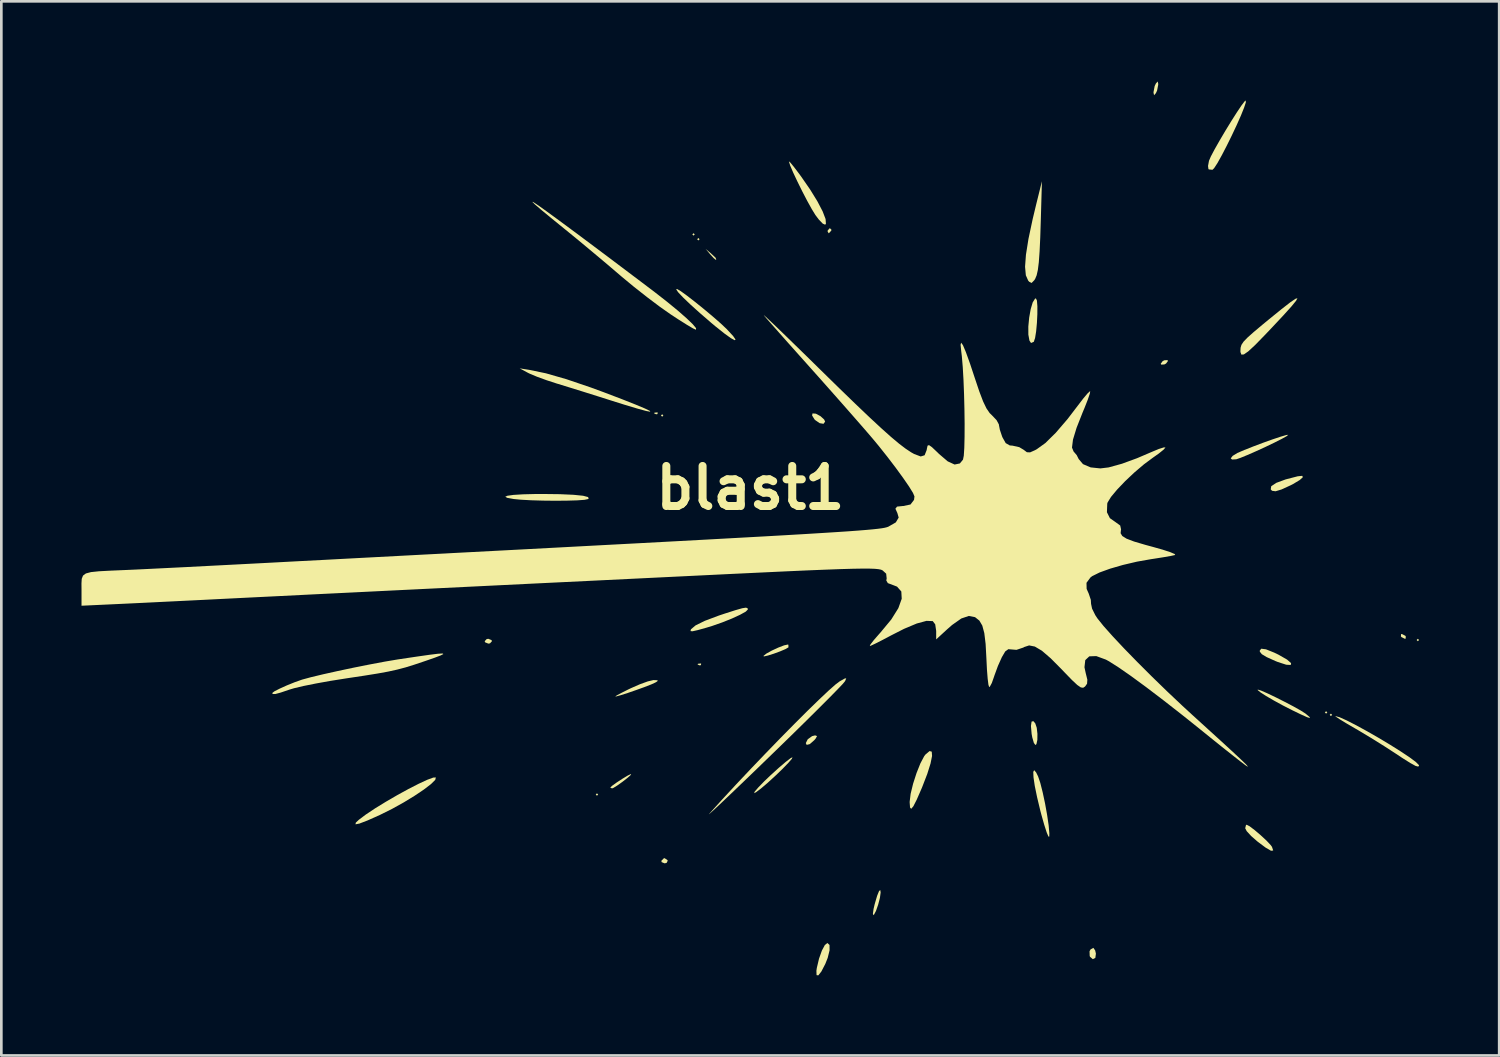
<source format=kicad_pcb>
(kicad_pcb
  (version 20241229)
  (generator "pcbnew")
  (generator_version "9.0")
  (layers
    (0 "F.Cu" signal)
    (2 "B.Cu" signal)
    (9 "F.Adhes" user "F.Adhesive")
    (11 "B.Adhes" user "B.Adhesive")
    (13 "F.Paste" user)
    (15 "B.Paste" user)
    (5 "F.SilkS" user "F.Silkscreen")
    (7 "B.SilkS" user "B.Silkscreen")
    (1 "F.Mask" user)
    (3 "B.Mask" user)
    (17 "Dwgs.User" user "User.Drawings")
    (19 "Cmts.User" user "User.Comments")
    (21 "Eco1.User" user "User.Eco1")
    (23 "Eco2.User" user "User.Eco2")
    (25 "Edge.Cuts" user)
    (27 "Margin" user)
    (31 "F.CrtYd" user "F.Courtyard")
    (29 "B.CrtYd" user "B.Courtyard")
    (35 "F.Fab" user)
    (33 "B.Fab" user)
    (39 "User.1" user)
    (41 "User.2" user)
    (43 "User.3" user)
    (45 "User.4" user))
  (footprint "blast1"
    (layer "F.Cu")
    (at 25.04 15.217)
    (property "Reference" "blast1" (at 0 0 0) (layer "F.SilkS") (effects (font (size 1.5 1.5) (thickness 0.3))))
    (attr board_only exclude_from_pos_files exclude_from_bom)
    (fp_poly (pts (xy -5.695 11.48) (xy -5.74 11.525) (xy -5.785 11.48) (xy -5.74 11.435)) (stroke (width 0) (type solid)) (fill yes) (layer "F.SilkS"))
    (fp_poly (pts (xy -3.254 -2.712) (xy -3.299 -2.667) (xy -3.344 -2.712) (xy -3.299 -2.757)) (stroke (width 0) (type solid)) (fill yes) (layer "F.SilkS"))
    (fp_poly (pts (xy -2.079 -9.491) (xy -2.124 -9.446) (xy -2.169 -9.491) (xy -2.124 -9.536)) (stroke (width 0) (type solid)) (fill yes) (layer "F.SilkS"))
    (fp_poly (pts (xy -1.898 -9.31) (xy -1.943 -9.265) (xy -1.989 -9.31) (xy -1.943 -9.356)) (stroke (width 0) (type solid)) (fill yes) (layer "F.SilkS"))
    (fp_poly (pts (xy 21.604 8.406) (xy 21.558 8.452) (xy 21.513 8.406) (xy 21.558 8.361)) (stroke (width 0) (type solid)) (fill yes) (layer "F.SilkS"))
    (fp_poly (pts (xy 21.784 8.497) (xy 21.739 8.542) (xy 21.694 8.497) (xy 21.739 8.452)) (stroke (width 0) (type solid)) (fill yes) (layer "F.SilkS"))
    (fp_poly (pts (xy 25.038 5.695) (xy 24.993 5.74) (xy 24.948 5.695) (xy 24.993 5.649)) (stroke (width 0) (type solid)) (fill yes) (layer "F.SilkS"))
    (fp_poly (pts (xy -3.465 -2.817) (xy -3.477 -2.763) (xy -3.525 -2.757) (xy -3.6 -2.79) (xy -3.586 -2.817) (xy -3.478 -2.828)) (stroke (width 0) (type solid)) (fill yes) (layer "F.SilkS"))
    (fp_poly (pts (xy -1.838 6.584) (xy -1.85 6.637) (xy -1.898 6.644) (xy -1.973 6.611) (xy -1.958 6.584) (xy -1.851 6.573)) (stroke (width 0) (type solid)) (fill yes) (layer "F.SilkS"))
    (fp_poly (pts (xy -1.469 -8.777) (xy -1.298 -8.616) (xy -1.273 -8.546) (xy -1.297 -8.542) (xy -1.37 -8.603) (xy -1.5 -8.745) (xy -1.672 -8.949)) (stroke (width 0) (type solid)) (fill yes) (layer "F.SilkS"))
    (fp_poly (pts (xy -9.687 5.698) (xy -9.672 5.74) (xy -9.745 5.82) (xy -9.807 5.83) (xy -9.928 5.781) (xy -9.943 5.74) (xy -9.87 5.66) (xy -9.807 5.649)) (stroke (width 0) (type solid)) (fill yes) (layer "F.SilkS"))
    (fp_poly (pts (xy -3.103 13.932) (xy -3.091 13.959) (xy -3.134 14.041) (xy -3.209 14.056) (xy -3.321 14.01) (xy -3.327 13.959) (xy -3.234 13.865) (xy -3.209 13.862)) (stroke (width 0) (type solid)) (fill yes) (layer "F.SilkS"))
    (fp_poly (pts (xy 3.042 -9.662) (xy 3.028 -9.627) (xy 2.947 -9.54) (xy 2.932 -9.536) (xy 2.894 -9.606) (xy 2.893 -9.627) (xy 2.962 -9.714) (xy 2.988 -9.717)) (stroke (width 0) (type solid)) (fill yes) (layer "F.SilkS"))
    (fp_poly (pts (xy 15.638 -4.752) (xy 15.566 -4.656) (xy 15.502 -4.622) (xy 15.386 -4.616) (xy 15.367 -4.648) (xy 15.438 -4.745) (xy 15.502 -4.778) (xy 15.619 -4.785)) (stroke (width 0) (type solid)) (fill yes) (layer "F.SilkS"))
    (fp_poly (pts (xy 24.523 5.535) (xy 24.541 5.559) (xy 24.537 5.643) (xy 24.507 5.649) (xy 24.379 5.584) (xy 24.36 5.559) (xy 24.365 5.476) (xy 24.395 5.469)) (stroke (width 0) (type solid)) (fill yes) (layer "F.SilkS"))
    (fp_poly (pts (xy 2.5 9.291) (xy 2.443 9.392) (xy 2.395 9.446) (xy 2.228 9.592) (xy 2.111 9.621) (xy 2.079 9.554) (xy 2.152 9.411) (xy 2.314 9.294) (xy 2.427 9.265)) (stroke (width 0) (type solid)) (fill yes) (layer "F.SilkS"))
    (fp_poly (pts (xy 12.913 17.317) (xy 12.94 17.436) (xy 12.919 17.596) (xy 12.824 17.644) (xy 12.721 17.554) (xy 12.708 17.525) (xy 12.702 17.349) (xy 12.741 17.278) (xy 12.845 17.22)) (stroke (width 0) (type solid)) (fill yes) (layer "F.SilkS"))
    (fp_poly (pts (xy 2.456 -2.779) (xy 2.627 -2.687) (xy 2.766 -2.561) (xy 2.802 -2.481) (xy 2.742 -2.4) (xy 2.6 -2.423) (xy 2.433 -2.537) (xy 2.403 -2.567) (xy 2.315 -2.711) (xy 2.33 -2.789)) (stroke (width 0) (type solid)) (fill yes) (layer "F.SilkS"))
    (fp_poly (pts (xy 15.273 -15.129) (xy 15.273 -15.095) (xy 15.23 -14.873) (xy 15.186 -14.779) (xy 15.118 -14.702) (xy 15.098 -14.791) (xy 15.098 -14.824) (xy 15.141 -15.047) (xy 15.186 -15.141) (xy 15.253 -15.217)) (stroke (width 0) (type solid)) (fill yes) (layer "F.SilkS"))
    (fp_poly (pts (xy 4.881 15.148) (xy 4.853 15.352) (xy 4.787 15.606) (xy 4.705 15.84) (xy 4.629 15.984) (xy 4.615 15.996) (xy 4.591 15.947) (xy 4.615 15.767) (xy 4.658 15.584) (xy 4.749 15.272) (xy 4.822 15.092) (xy 4.868 15.058)) (stroke (width 0) (type solid)) (fill yes) (layer "F.SilkS"))
    (fp_poly (pts (xy 10.67 8.816) (xy 10.725 8.98) (xy 10.751 9.208) (xy 10.748 9.435) (xy 10.714 9.592) (xy 10.676 9.627) (xy 10.617 9.546) (xy 10.558 9.342) (xy 10.534 9.212) (xy 10.508 8.914) (xy 10.532 8.749) (xy 10.6 8.733)) (stroke (width 0) (type solid)) (fill yes) (layer "F.SilkS"))
    (fp_poly (pts (xy 2.967 17.113) (xy 2.969 17.311) (xy 2.899 17.594) (xy 2.81 17.819) (xy 2.661 18.107) (xy 2.548 18.25) (xy 2.482 18.242) (xy 2.476 18.078) (xy 2.491 17.974) (xy 2.574 17.624) (xy 2.681 17.322) (xy 2.793 17.113) (xy 2.888 17.039)) (stroke (width 0) (type solid)) (fill yes) (layer "F.SilkS"))
    (fp_poly (pts (xy 20.688 -0.4) (xy 20.57 -0.294) (xy 20.325 -0.147) (xy 20.23 -0.098) (xy 19.888 0.059) (xy 19.667 0.126) (xy 19.536 0.108) (xy 19.486 0.055) (xy 19.504 -0.063) (xy 19.693 -0.189) (xy 20.043 -0.318) (xy 20.496 -0.435) (xy 20.667 -0.452)) (stroke (width 0) (type solid)) (fill yes) (layer "F.SilkS"))
    (fp_poly (pts (xy -4.483 10.756) (xy -4.608 10.866) (xy -4.788 11.006) (xy -4.975 11.139) (xy -5.123 11.231) (xy -5.175 11.251) (xy -5.243 11.221) (xy -5.243 11.221) (xy -5.174 11.153) (xy -5.006 11.032) (xy -4.795 10.894) (xy -4.598 10.775) (xy -4.473 10.714) (xy -4.46 10.711)) (stroke (width 0) (type solid)) (fill yes) (layer "F.SilkS"))
    (fp_poly (pts (xy 1.426 5.87) (xy 1.43 5.967) (xy 1.426 5.971) (xy 1.315 6.036) (xy 1.115 6.121) (xy 0.88 6.207) (xy 0.664 6.275) (xy 0.519 6.308) (xy 0.489 6.295) (xy 0.598 6.206) (xy 0.803 6.092) (xy 1.045 5.98) (xy 1.265 5.895) (xy 1.407 5.864)) (stroke (width 0) (type solid)) (fill yes) (layer "F.SilkS"))
    (fp_poly (pts (xy 19.308 6.043) (xy 19.619 6.168) (xy 19.778 6.245) (xy 20.098 6.428) (xy 20.248 6.561) (xy 20.235 6.629) (xy 20.066 6.62) (xy 19.749 6.517) (xy 19.659 6.481) (xy 19.335 6.335) (xy 19.151 6.225) (xy 19.078 6.132) (xy 19.073 6.096) (xy 19.13 6.02)) (stroke (width 0) (type solid)) (fill yes) (layer "F.SilkS"))
    (fp_poly (pts (xy 18.693 12.667) (xy 18.885 12.812) (xy 19.111 13.005) (xy 19.327 13.205) (xy 19.485 13.373) (xy 19.532 13.438) (xy 19.578 13.576) (xy 19.497 13.585) (xy 19.292 13.466) (xy 18.99 13.24) (xy 18.753 13.033) (xy 18.586 12.851) (xy 18.53 12.743) (xy 18.559 12.624) (xy 18.583 12.61)) (stroke (width 0) (type solid)) (fill yes) (layer "F.SilkS"))
    (fp_poly (pts (xy 1.557 10.142) (xy 1.423 10.297) (xy 1.201 10.526) (xy 0.957 10.761) (xy 0.658 11.035) (xy 0.401 11.254) (xy 0.217 11.393) (xy 0.144 11.43) (xy 0.165 11.372) (xy 0.298 11.217) (xy 0.519 10.989) (xy 0.767 10.752) (xy 1.068 10.479) (xy 1.325 10.26) (xy 1.508 10.12) (xy 1.58 10.083)) (stroke (width 0) (type solid)) (fill yes) (layer "F.SilkS"))
    (fp_poly (pts (xy 10.732 -7.014) (xy 10.749 -6.802) (xy 10.748 -6.507) (xy 10.732 -6.178) (xy 10.703 -5.864) (xy 10.663 -5.613) (xy 10.616 -5.473) (xy 10.61 -5.467) (xy 10.511 -5.426) (xy 10.452 -5.515) (xy 10.411 -5.738) (xy 10.41 -6.041) (xy 10.442 -6.375) (xy 10.499 -6.693) (xy 10.574 -6.945) (xy 10.66 -7.083) (xy 10.694 -7.096)) (stroke (width 0) (type solid)) (fill yes) (layer "F.SilkS"))
    (fp_poly (pts (xy -3.466 7.201) (xy -3.482 7.243) (xy -3.552 7.286) (xy -3.704 7.356) (xy -3.961 7.456) (xy -4.272 7.568) (xy -4.586 7.677) (xy -4.854 7.762) (xy -5.025 7.808) (xy -5.055 7.811) (xy -5.005 7.772) (xy -4.827 7.676) (xy -4.556 7.54) (xy -4.474 7.501) (xy -4.139 7.354) (xy -3.839 7.245) (xy -3.633 7.196) (xy -3.616 7.195)) (stroke (width 0) (type solid)) (fill yes) (layer "F.SilkS"))
    (fp_poly (pts (xy 10.879 -10.079) (xy 10.857 -9.386) (xy 10.832 -8.852) (xy 10.803 -8.451) (xy 10.767 -8.162) (xy 10.722 -7.961) (xy 10.665 -7.824) (xy 10.635 -7.778) (xy 10.533 -7.673) (xy 10.442 -7.719) (xy 10.405 -7.761) (xy 10.317 -7.96) (xy 10.288 -8.28) (xy 10.321 -8.73) (xy 10.415 -9.322) (xy 10.573 -10.065) (xy 10.706 -10.621) (xy 10.919 -11.48)) (stroke (width 0) (type solid)) (fill yes) (layer "F.SilkS"))
    (fp_poly (pts (xy 6.794 9.875) (xy 6.806 10.035) (xy 6.749 10.318) (xy 6.626 10.71) (xy 6.438 11.197) (xy 6.412 11.259) (xy 6.233 11.67) (xy 6.106 11.919) (xy 6.025 12.015) (xy 5.982 11.966) (xy 5.968 11.781) (xy 5.968 11.746) (xy 6.004 11.452) (xy 6.096 11.075) (xy 6.225 10.675) (xy 6.37 10.312) (xy 6.511 10.045) (xy 6.56 9.981) (xy 6.713 9.852)) (stroke (width 0) (type solid)) (fill yes) (layer "F.SilkS"))
    (fp_poly (pts (xy 10.702 10.652) (xy 10.776 10.802) (xy 10.858 11.044) (xy 10.948 11.4) (xy 11.037 11.817) (xy 11.114 12.246) (xy 11.171 12.634) (xy 11.197 12.933) (xy 11.194 13.057) (xy 11.162 13.052) (xy 11.097 12.896) (xy 11.006 12.614) (xy 10.898 12.232) (xy 10.861 12.091) (xy 10.738 11.579) (xy 10.651 11.155) (xy 10.604 10.835) (xy 10.595 10.634) (xy 10.628 10.568)) (stroke (width 0) (type solid)) (fill yes) (layer "F.SilkS"))
    (fp_poly (pts (xy 19.126 7.589) (xy 19.363 7.692) (xy 19.674 7.841) (xy 20.013 8.012) (xy 20.34 8.184) (xy 20.611 8.336) (xy 20.783 8.446) (xy 20.79 8.451) (xy 20.933 8.571) (xy 20.957 8.617) (xy 20.851 8.586) (xy 20.606 8.476) (xy 20.29 8.323) (xy 19.936 8.142) (xy 19.598 7.957) (xy 19.308 7.788) (xy 19.097 7.652) (xy 18.996 7.568) (xy 19.003 7.551)) (stroke (width 0) (type solid)) (fill yes) (layer "F.SilkS"))
    (fp_poly (pts (xy 20.083 -1.938) (xy 19.896 -1.834) (xy 19.618 -1.693) (xy 19.287 -1.534) (xy 18.94 -1.375) (xy 18.616 -1.233) (xy 18.353 -1.125) (xy 18.197 -1.072) (xy 18.038 -1.063) (xy 17.988 -1.106) (xy 18.061 -1.2) (xy 18.236 -1.307) (xy 18.499 -1.42) (xy 18.832 -1.552) (xy 19.195 -1.689) (xy 19.548 -1.815) (xy 19.851 -1.916) (xy 20.062 -1.978) (xy 20.142 -1.989)) (stroke (width 0) (type solid)) (fill yes) (layer "F.SilkS"))
    (fp_poly (pts (xy -0.102 4.504) (xy -0.09 4.552) (xy -0.17 4.632) (xy -0.382 4.75) (xy -0.688 4.891) (xy -1.048 5.035) (xy -1.424 5.167) (xy -1.641 5.233) (xy -1.971 5.325) (xy -2.159 5.367) (xy -2.235 5.363) (xy -2.23 5.315) (xy -2.214 5.287) (xy -2.046 5.146) (xy -1.7 4.976) (xy -1.176 4.779) (xy -0.945 4.702) (xy -0.554 4.577) (xy -0.304 4.506) (xy -0.163 4.483)) (stroke (width 0) (type solid)) (fill yes) (layer "F.SilkS"))
    (fp_poly (pts (xy -7.127 0.235) (xy -6.615 0.258) (xy -6.26 0.294) (xy -6.071 0.343) (xy -6.052 0.404) (xy -6.072 0.418) (xy -6.206 0.446) (xy -6.481 0.466) (xy -6.858 0.477) (xy -7.297 0.481) (xy -7.758 0.476) (xy -8.202 0.463) (xy -8.589 0.442) (xy -8.858 0.416) (xy -9.1 0.372) (xy -9.173 0.33) (xy -9.09 0.293) (xy -8.864 0.262) (xy -8.507 0.24) (xy -8.031 0.228) (xy -7.789 0.227)) (stroke (width 0) (type solid)) (fill yes) (layer "F.SilkS"))
    (fp_poly (pts (xy -2.605 -7.368) (xy -2.369 -7.197) (xy -2.067 -6.963) (xy -1.733 -6.693) (xy -1.401 -6.415) (xy -1.107 -6.158) (xy -0.884 -5.948) (xy -0.865 -5.928) (xy -0.642 -5.686) (xy -0.551 -5.554) (xy -0.582 -5.529) (xy -0.725 -5.606) (xy -0.971 -5.783) (xy -1.312 -6.055) (xy -1.458 -6.177) (xy -1.879 -6.541) (xy -2.238 -6.864) (xy -2.517 -7.131) (xy -2.701 -7.326) (xy -2.775 -7.434) (xy -2.741 -7.447)) (stroke (width 0) (type solid)) (fill yes) (layer "F.SilkS"))
    (fp_poly (pts (xy 1.495 -12.186) (xy 1.624 -12.03) (xy 1.811 -11.785) (xy 1.904 -11.658) (xy 2.241 -11.171) (xy 2.513 -10.729) (xy 2.709 -10.354) (xy 2.819 -10.067) (xy 2.832 -9.891) (xy 2.804 -9.854) (xy 2.714 -9.894) (xy 2.564 -10.05) (xy 2.437 -10.219) (xy 2.302 -10.439) (xy 2.131 -10.748) (xy 1.944 -11.107) (xy 1.763 -11.474) (xy 1.605 -11.809) (xy 1.493 -12.071) (xy 1.447 -12.218) (xy 1.446 -12.225)) (stroke (width 0) (type solid)) (fill yes) (layer "F.SilkS"))
    (fp_poly (pts (xy -11.795 10.932) (xy -11.953 11.088) (xy -12.219 11.292) (xy -12.567 11.526) (xy -12.971 11.773) (xy -13.405 12.014) (xy -13.842 12.232) (xy -13.869 12.245) (xy -14.33 12.451) (xy -14.633 12.567) (xy -14.78 12.595) (xy -14.769 12.532) (xy -14.652 12.423) (xy -14.39 12.226) (xy -14.044 11.996) (xy -13.643 11.75) (xy -13.218 11.503) (xy -12.798 11.273) (xy -12.413 11.076) (xy -12.094 10.928) (xy -11.869 10.845) (xy -11.772 10.841)) (stroke (width 0) (type solid)) (fill yes) (layer "F.SilkS"))
    (fp_poly (pts (xy 20.435 -7.006) (xy 20.257 -6.789) (xy 19.951 -6.45) (xy 19.517 -5.987) (xy 19.254 -5.711) (xy 18.899 -5.347) (xy 18.645 -5.112) (xy 18.479 -4.997) (xy 18.386 -4.991) (xy 18.352 -5.086) (xy 18.351 -5.127) (xy 18.357 -5.248) (xy 18.389 -5.356) (xy 18.467 -5.474) (xy 18.611 -5.624) (xy 18.842 -5.83) (xy 19.181 -6.115) (xy 19.429 -6.319) (xy 19.881 -6.686) (xy 20.208 -6.941) (xy 20.41 -7.08) (xy 20.486 -7.102)) (stroke (width 0) (type solid)) (fill yes) (layer "F.SilkS"))
    (fp_poly (pts (xy 18.553 -14.433) (xy 18.487 -14.233) (xy 18.368 -13.937) (xy 18.209 -13.579) (xy 18.026 -13.19) (xy 17.835 -12.803) (xy 17.651 -12.449) (xy 17.49 -12.16) (xy 17.366 -11.97) (xy 17.304 -11.91) (xy 17.17 -11.924) (xy 17.154 -11.937) (xy 17.138 -12.053) (xy 17.174 -12.247) (xy 17.244 -12.41) (xy 17.383 -12.673) (xy 17.571 -13.004) (xy 17.785 -13.367) (xy 18.007 -13.73) (xy 18.216 -14.058) (xy 18.39 -14.317) (xy 18.51 -14.475) (xy 18.548 -14.506)) (stroke (width 0) (type solid)) (fill yes) (layer "F.SilkS"))
    (fp_poly (pts (xy -8.271 -4.419) (xy -7.65 -4.29) (xy -6.883 -4.07) (xy -5.968 -3.759) (xy -5.489 -3.583) (xy -4.809 -3.324) (xy -4.294 -3.12) (xy -3.944 -2.973) (xy -3.761 -2.884) (xy -3.744 -2.852) (xy -3.895 -2.879) (xy -4.214 -2.966) (xy -4.702 -3.112) (xy -5.198 -3.268) (xy -5.73 -3.437) (xy -6.278 -3.609) (xy -6.784 -3.766) (xy -7.185 -3.89) (xy -7.231 -3.903) (xy -7.624 -4.031) (xy -7.989 -4.164) (xy -8.263 -4.279) (xy -8.316 -4.305) (xy -8.632 -4.475)) (stroke (width 0) (type solid)) (fill yes) (layer "F.SilkS"))
    (fp_poly (pts (xy 22.063 8.586) (xy 22.335 8.708) (xy 22.69 8.89) (xy 23.099 9.114) (xy 23.533 9.363) (xy 23.961 9.62) (xy 24.354 9.867) (xy 24.684 10.087) (xy 24.92 10.263) (xy 25.033 10.377) (xy 25.038 10.395) (xy 25.009 10.435) (xy 24.907 10.408) (xy 24.711 10.3) (xy 24.401 10.104) (xy 24.166 9.948) (xy 23.733 9.667) (xy 23.232 9.355) (xy 22.754 9.068) (xy 22.634 8.999) (xy 22.31 8.81) (xy 22.063 8.659) (xy 21.922 8.564) (xy 21.903 8.542)) (stroke (width 0) (type solid)) (fill yes) (layer "F.SilkS"))
    (fp_poly (pts (xy 3.562 7.207) (xy 3.542 7.244) (xy 3.459 7.343) (xy 3.26 7.552) (xy 2.96 7.858) (xy 2.572 8.246) (xy 2.111 8.703) (xy 1.591 9.214) (xy 1.026 9.764) (xy 0.799 9.984) (xy 0.242 10.524) (xy -0.261 11.008) (xy -0.697 11.426) (xy -1.056 11.767) (xy -1.326 12.021) (xy -1.496 12.176) (xy -1.553 12.222) (xy -1.534 12.198) (xy -1.053 11.667) (xy -0.53 11.102) (xy 0.02 10.518) (xy 0.579 9.934) (xy 1.13 9.365) (xy 1.658 8.83) (xy 2.145 8.344) (xy 2.575 7.926) (xy 2.931 7.59) (xy 3.196 7.356) (xy 3.345 7.244) (xy 3.531 7.139) (xy 3.593 7.127)) (stroke (width 0) (type solid)) (fill yes) (layer "F.SilkS"))
    (fp_poly (pts (xy -8.12 -10.699) (xy -7.934 -10.575) (xy -7.606 -10.341) (xy -7.136 -9.997) (xy -6.522 -9.543) (xy -6.235 -9.329) (xy -5.68 -8.914) (xy -5.103 -8.481) (xy -4.543 -8.059) (xy -4.04 -7.68) (xy -3.635 -7.373) (xy -3.57 -7.324) (xy -3.112 -6.966) (xy -2.711 -6.637) (xy -2.386 -6.352) (xy -2.153 -6.128) (xy -2.03 -5.98) (xy -2.033 -5.924) (xy -2.039 -5.924) (xy -2.144 -5.972) (xy -2.365 -6.102) (xy -2.669 -6.293) (xy -2.983 -6.499) (xy -3.383 -6.78) (xy -3.861 -7.14) (xy -4.36 -7.533) (xy -4.824 -7.917) (xy -4.881 -7.966) (xy -5.359 -8.374) (xy -5.899 -8.827) (xy -6.435 -9.273) (xy -6.902 -9.655) (xy -6.915 -9.665) (xy -7.44 -10.092) (xy -7.823 -10.408) (xy -8.064 -10.615) (xy -8.163 -10.712)) (stroke (width 0) (type solid)) (fill yes) (layer "F.SilkS"))
    (fp_poly (pts (xy -11.49 6.22) (xy -11.591 6.272) (xy -11.814 6.357) (xy -12.15 6.474) (xy -12.203 6.492) (xy -12.575 6.617) (xy -12.899 6.718) (xy -13.213 6.801) (xy -13.552 6.876) (xy -13.956 6.95) (xy -14.461 7.031) (xy -15.105 7.128) (xy -15.169 7.138) (xy -15.724 7.226) (xy -16.257 7.322) (xy -16.725 7.416) (xy -17.084 7.501) (xy -17.245 7.549) (xy -17.582 7.663) (xy -17.782 7.717) (xy -17.877 7.717) (xy -17.898 7.68) (xy -17.821 7.619) (xy -17.623 7.517) (xy -17.353 7.395) (xy -17.059 7.276) (xy -16.79 7.181) (xy -16.768 7.174) (xy -16.444 7.086) (xy -15.985 6.976) (xy -15.436 6.854) (xy -14.841 6.728) (xy -14.242 6.609) (xy -13.684 6.504) (xy -13.21 6.424) (xy -13.152 6.415) (xy -12.5 6.318) (xy -12.017 6.249) (xy -11.694 6.209) (xy -11.521 6.199)) (stroke (width 0) (type solid)) (fill yes) (layer "F.SilkS"))
    (fp_poly (pts (xy 0.524 -6.456) (xy 0.657 -6.334) (xy 0.893 -6.111) (xy 1.218 -5.798) (xy 1.619 -5.408) (xy 2.084 -4.955) (xy 2.533 -4.514) (xy 3.284 -3.778) (xy 3.921 -3.161) (xy 4.456 -2.651) (xy 4.901 -2.238) (xy 5.267 -1.911) (xy 5.568 -1.658) (xy 5.815 -1.47) (xy 6.02 -1.334) (xy 6.134 -1.27) (xy 6.381 -1.177) (xy 6.527 -1.222) (xy 6.604 -1.417) (xy 6.614 -1.477) (xy 6.638 -1.582) (xy 6.692 -1.602) (xy 6.805 -1.522) (xy 7.008 -1.33) (xy 7.064 -1.274) (xy 7.392 -0.994) (xy 7.65 -0.875) (xy 7.847 -0.916) (xy 7.964 -1.058) (xy 7.994 -1.207) (xy 8.013 -1.503) (xy 8.023 -1.914) (xy 8.025 -2.406) (xy 8.018 -2.946) (xy 8.004 -3.501) (xy 7.983 -4.039) (xy 7.955 -4.525) (xy 7.921 -4.928) (xy 7.899 -5.107) (xy 7.874 -5.359) (xy 7.895 -5.437) (xy 7.962 -5.344) (xy 8.073 -5.081) (xy 8.229 -4.648) (xy 8.399 -4.135) (xy 8.574 -3.614) (xy 8.717 -3.238) (xy 8.842 -2.978) (xy 8.962 -2.803) (xy 9.049 -2.718) (xy 9.221 -2.537) (xy 9.308 -2.376) (xy 9.31 -2.353) (xy 9.344 -2.177) (xy 9.426 -1.933) (xy 9.441 -1.895) (xy 9.563 -1.677) (xy 9.716 -1.59) (xy 9.818 -1.582) (xy 10.07 -1.526) (xy 10.234 -1.428) (xy 10.356 -1.336) (xy 10.475 -1.33) (xy 10.66 -1.412) (xy 10.724 -1.447) (xy 11.047 -1.679) (xy 11.435 -2.061) (xy 11.879 -2.578) (xy 12.264 -3.082) (xy 12.466 -3.346) (xy 12.626 -3.536) (xy 12.717 -3.619) (xy 12.727 -3.619) (xy 12.711 -3.525) (xy 12.636 -3.304) (xy 12.515 -2.997) (xy 12.445 -2.83) (xy 12.216 -2.249) (xy 12.082 -1.808) (xy 12.045 -1.51) (xy 12.106 -1.36) (xy 12.11 -1.357) (xy 12.221 -1.228) (xy 12.295 -1.081) (xy 12.457 -0.89) (xy 12.743 -0.768) (xy 13.106 -0.73) (xy 13.416 -0.767) (xy 13.916 -0.905) (xy 14.481 -1.112) (xy 15.028 -1.346) (xy 15.294 -1.457) (xy 15.481 -1.516) (xy 15.545 -1.513) (xy 15.474 -1.432) (xy 15.293 -1.286) (xy 15.072 -1.13) (xy 14.737 -0.881) (xy 14.382 -0.579) (xy 14.038 -0.255) (xy 13.736 0.061) (xy 13.506 0.337) (xy 13.379 0.543) (xy 13.365 0.588) (xy 13.353 0.911) (xy 13.464 1.133) (xy 13.661 1.271) (xy 13.85 1.408) (xy 13.883 1.555) (xy 13.878 1.574) (xy 13.865 1.696) (xy 13.928 1.801) (xy 14.088 1.901) (xy 14.37 2.008) (xy 14.794 2.133) (xy 15.06 2.205) (xy 15.436 2.311) (xy 15.721 2.404) (xy 15.888 2.475) (xy 15.909 2.511) (xy 15.761 2.544) (xy 15.485 2.593) (xy 15.132 2.649) (xy 15.005 2.668) (xy 14.478 2.761) (xy 13.954 2.884) (xy 13.474 3.023) (xy 13.076 3.167) (xy 12.802 3.303) (xy 12.738 3.351) (xy 12.588 3.553) (xy 12.593 3.78) (xy 12.673 3.961) (xy 12.75 4.191) (xy 12.759 4.342) (xy 12.797 4.521) (xy 12.918 4.766) (xy 12.999 4.888) (xy 13.226 5.171) (xy 13.566 5.552) (xy 13.996 6.011) (xy 14.495 6.523) (xy 15.04 7.067) (xy 15.61 7.621) (xy 16.183 8.162) (xy 16.547 8.497) (xy 17.144 9.04) (xy 17.62 9.473) (xy 17.986 9.809) (xy 18.256 10.06) (xy 18.443 10.236) (xy 18.558 10.349) (xy 18.614 10.412) (xy 18.624 10.437) (xy 18.62 10.438) (xy 18.54 10.384) (xy 18.339 10.232) (xy 18.04 9.997) (xy 17.66 9.696) (xy 17.222 9.344) (xy 16.948 9.122) (xy 16.182 8.509) (xy 15.467 7.95) (xy 14.819 7.457) (xy 14.253 7.042) (xy 13.785 6.717) (xy 13.432 6.493) (xy 13.315 6.429) (xy 12.955 6.297) (xy 12.693 6.306) (xy 12.542 6.448) (xy 12.512 6.715) (xy 12.558 6.93) (xy 12.62 7.181) (xy 12.609 7.332) (xy 12.533 7.437) (xy 12.463 7.483) (xy 12.374 7.469) (xy 12.243 7.379) (xy 12.046 7.195) (xy 11.758 6.898) (xy 11.665 6.8) (xy 11.249 6.381) (xy 10.919 6.097) (xy 10.655 5.94) (xy 10.44 5.897) (xy 10.254 5.958) (xy 10.227 5.976) (xy 9.967 6.063) (xy 9.817 6.051) (xy 9.662 6.038) (xy 9.546 6.122) (xy 9.418 6.339) (xy 9.417 6.342) (xy 9.271 6.668) (xy 9.142 7.021) (xy 9.125 7.073) (xy 9.043 7.305) (xy 8.969 7.442) (xy 8.946 7.457) (xy 8.917 7.373) (xy 8.888 7.143) (xy 8.861 6.803) (xy 8.841 6.395) (xy 8.811 5.84) (xy 8.762 5.436) (xy 8.687 5.155) (xy 8.577 4.968) (xy 8.424 4.846) (xy 8.41 4.838) (xy 8.181 4.794) (xy 7.901 4.889) (xy 7.556 5.132) (xy 7.368 5.297) (xy 6.96 5.672) (xy 6.96 5.354) (xy 6.924 5.108) (xy 6.831 4.987) (xy 6.597 4.978) (xy 6.235 5.076) (xy 5.758 5.276) (xy 5.274 5.522) (xy 4.945 5.696) (xy 4.677 5.832) (xy 4.509 5.91) (xy 4.474 5.921) (xy 4.5 5.86) (xy 4.624 5.7) (xy 4.823 5.471) (xy 4.876 5.412) (xy 5.279 4.926) (xy 5.544 4.502) (xy 5.67 4.15) (xy 5.655 3.878) (xy 5.495 3.696) (xy 5.351 3.64) (xy 5.15 3.565) (xy 5.092 3.464) (xy 5.107 3.391) (xy 5.088 3.211) (xy 4.953 3.088) (xy 4.896 3.062) (xy 4.804 3.043) (xy 4.665 3.029) (xy 4.466 3.022) (xy 4.194 3.021) (xy 3.836 3.027) (xy 3.381 3.04) (xy 2.814 3.061) (xy 2.124 3.089) (xy 1.298 3.126) (xy 0.323 3.172) (xy -0.813 3.226) (xy -1.446 3.257) (xy -3.703 3.367) (xy -5.869 3.473) (xy -7.936 3.573) (xy -9.894 3.669) (xy -11.734 3.759) (xy -13.448 3.843) (xy -15.026 3.921) (xy -16.459 3.991) (xy -17.738 4.055) (xy -18.854 4.11) (xy -19.751 4.155) (xy -20.506 4.193) (xy -21.28 4.231) (xy -22.031 4.268) (xy -22.719 4.302) (xy -23.303 4.33) (xy -23.705 4.349) (xy -25.038 4.411) (xy -25.038 3.812) (xy -25.04 3.578) (xy -25.03 3.405) (xy -24.983 3.284) (xy -24.875 3.203) (xy -24.683 3.152) (xy -24.383 3.121) (xy -23.95 3.098) (xy -23.366 3.073) (xy -23.006 3.057) (xy -22.491 3.032) (xy -21.847 3) (xy -21.1 2.963) (xy -20.276 2.92) (xy -19.4 2.875) (xy -18.499 2.828) (xy -17.943 2.799) (xy -16.97 2.747) (xy -15.951 2.694) (xy -14.92 2.639) (xy -13.914 2.586) (xy -12.969 2.536) (xy -12.121 2.491) (xy -11.405 2.454) (xy -11.209 2.443) (xy -9.203 2.338) (xy -7.37 2.241) (xy -5.702 2.152) (xy -4.191 2.072) (xy -2.828 1.999) (xy -1.607 1.933) (xy -0.519 1.873) (xy 0.444 1.82) (xy 1.29 1.772) (xy 2.026 1.729) (xy 2.661 1.69) (xy 3.202 1.656) (xy 3.657 1.626) (xy 4.035 1.598) (xy 4.343 1.573) (xy 4.588 1.551) (xy 4.78 1.53) (xy 4.926 1.511) (xy 5.033 1.492) (xy 5.11 1.473) (xy 5.164 1.454) (xy 5.165 1.454) (xy 5.449 1.291) (xy 5.556 1.111) (xy 5.507 0.941) (xy 5.434 0.779) (xy 5.495 0.7) (xy 5.712 0.678) (xy 5.73 0.678) (xy 5.999 0.621) (xy 6.131 0.448) (xy 6.147 0.319) (xy 6.093 0.19) (xy 5.944 -0.052) (xy 5.72 -0.377) (xy 5.442 -0.759) (xy 5.129 -1.169) (xy 4.802 -1.58) (xy 4.575 -1.853) (xy 4.306 -2.167) (xy 3.942 -2.584) (xy 3.512 -3.074) (xy 3.043 -3.605) (xy 2.562 -4.147) (xy 2.27 -4.474) (xy 1.835 -4.961) (xy 1.432 -5.413) (xy 1.079 -5.811) (xy 0.793 -6.134) (xy 0.594 -6.36) (xy 0.507 -6.463)) (stroke (width 0) (type solid)) (fill yes) (layer "F.SilkS")))
  (gr_rect
    (start -3 -3)
    (end 53.079 36.467)
    (stroke (width 0.1) (type default))
    (fill no)
    (layer "Edge.Cuts")))
</source>
